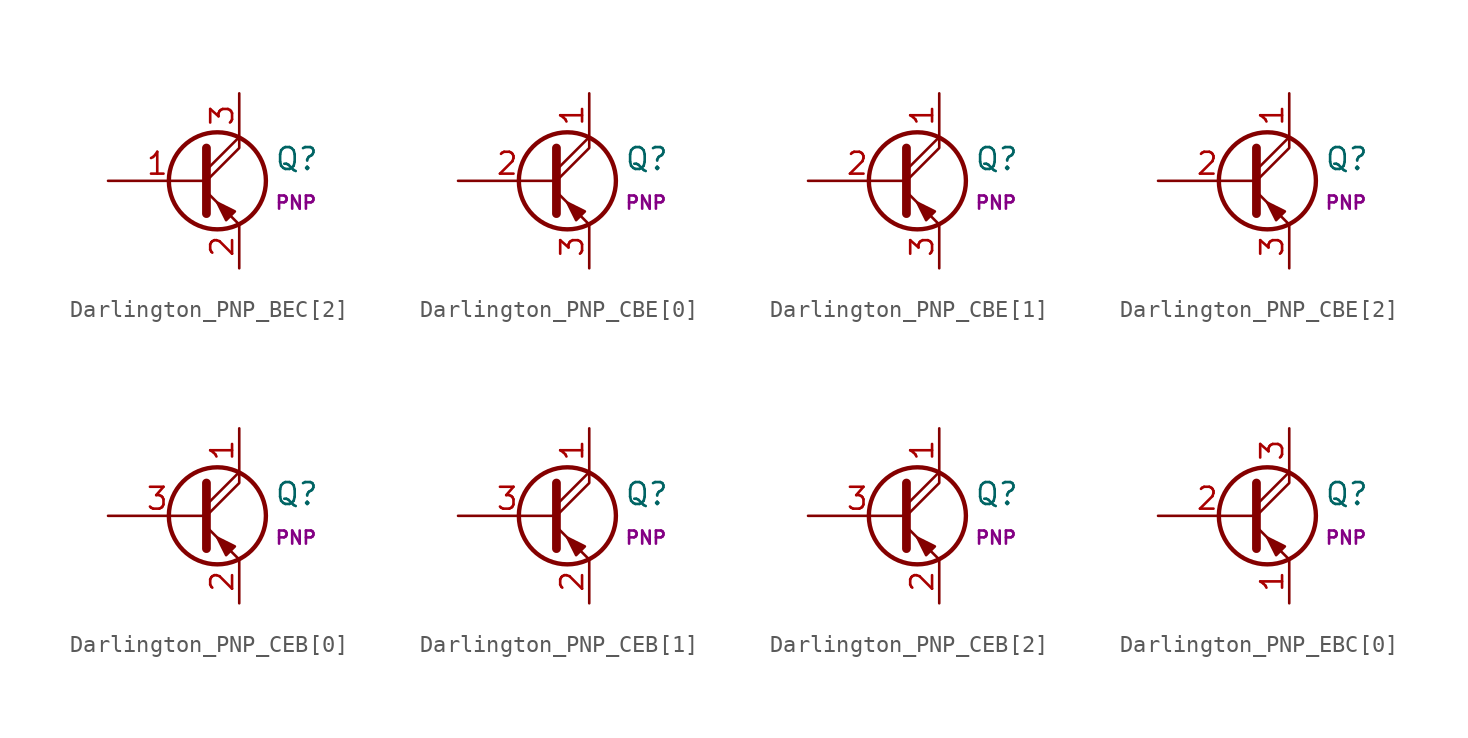
<source format=kicad_sym>
(kicad_symbol_lib
  (version 20211014)
  (generator kicad_symbol_editor)
  (symbol "Darlington_PNP_BEC[2]"
    (pin_names
      (offset 0) hide)
    (property "Reference" "Q"
      (at 4.572 1.27 0)
      (effects (font (size 1.27 1.27)) (justify left)))
    (property "Name" "PNP"
      (at 4.572 -1.27 0)
      (effects (font (size 0.762 0.762)) (justify left)))
    (symbol "Darlington_PNP_BEC[2]_0_1"
      (polyline (pts (xy 0.635 0.635) (xy 2.54 2.54)) (stroke (width 0) (type default) (color 0 0 0 0)) (fill (type none)))
      (polyline (pts (xy 0.635 -0.635) (xy 2.54 -2.54) (xy 2.54 -2.54)) (stroke (width 0) (type default) (color 0 0 0 0)) (fill (type none)))
      (polyline (pts (xy 0.635 0) (xy 2.54 1.905) (xy 2.54 2.54)) (stroke (width 0) (type default) (color 0 0 0 0)) (fill (type none)))
      (polyline (pts (xy 0.635 1.905) (xy 0.635 -1.905) (xy 0.635 -1.905)) (stroke (width 0.508) (type default) (color 0 0 0 0)) (fill (type none)))
      (polyline (pts (xy 2.286 -1.778) (xy 1.778 -2.286) (xy 1.27 -1.27) (xy 2.286 -1.778) (xy 2.286 -1.778)) (stroke (width 0) (type default) (color 0 0 0 0)) (fill (type outline)))
      (circle (center 1.27 0) (radius 2.819) (stroke (width 0.254) (type default) (color 0 0 0 0)) (fill (type none))))
    (symbol "Darlington_PNP_BEC[2]_1_1"
      (pin input line (at -5.08 0 0) (length 5.715) (name "B" (effects (font (size 1.27 1.27)))) (number "1" (effects (font (size 1.27 1.27)))))
      (pin passive line (at 2.54 -5.08 90) (length 2.54) (name "E" (effects (font (size 1.27 1.27)))) (number "2" (effects (font (size 1.27 1.27)))))
      (pin passive line (at 2.54 5.08 270) (length 2.54) (name "C" (effects (font (size 1.27 1.27)))) (number "3" (effects (font (size 1.27 1.27)))))))
  (symbol "Darlington_PNP_CBE[0]"
    (pin_names
      (offset 0) hide)
    (property "Reference" "Q"
      (at 4.572 1.27 0)
      (effects (font (size 1.27 1.27)) (justify left)))
    (property "Name" "PNP"
      (at 4.572 -1.27 0)
      (effects (font (size 0.762 0.762)) (justify left)))
    (symbol "Darlington_PNP_CBE[0]_0_1"
      (polyline (pts (xy 0.635 0.635) (xy 2.54 2.54)) (stroke (width 0) (type default) (color 0 0 0 0)) (fill (type none)))
      (polyline (pts (xy 0.635 -0.635) (xy 2.54 -2.54) (xy 2.54 -2.54)) (stroke (width 0) (type default) (color 0 0 0 0)) (fill (type none)))
      (polyline (pts (xy 0.635 0) (xy 2.54 1.905) (xy 2.54 2.54)) (stroke (width 0) (type default) (color 0 0 0 0)) (fill (type none)))
      (polyline (pts (xy 0.635 1.905) (xy 0.635 -1.905) (xy 0.635 -1.905)) (stroke (width 0.508) (type default) (color 0 0 0 0)) (fill (type none)))
      (polyline (pts (xy 2.286 -1.778) (xy 1.778 -2.286) (xy 1.27 -1.27) (xy 2.286 -1.778) (xy 2.286 -1.778)) (stroke (width 0) (type default) (color 0 0 0 0)) (fill (type outline)))
      (circle (center 1.27 0) (radius 2.819) (stroke (width 0.254) (type default) (color 0 0 0 0)) (fill (type none))))
    (symbol "Darlington_PNP_CBE[0]_1_1"
      (pin passive line (at 2.54 5.08 270) (length 2.54) (name "C" (effects (font (size 1.27 1.27)))) (number "1" (effects (font (size 1.27 1.27)))))
      (pin input line (at -5.08 0 0) (length 5.715) (name "B" (effects (font (size 1.27 1.27)))) (number "2" (effects (font (size 1.27 1.27)))))
      (pin passive line (at 2.54 -5.08 90) (length 2.54) (name "E" (effects (font (size 1.27 1.27)))) (number "3" (effects (font (size 1.27 1.27)))))))
  (symbol "Darlington_PNP_CBE[1]"
    (pin_names
      (offset 0) hide)
    (property "Reference" "Q"
      (at 4.572 1.27 0)
      (effects (font (size 1.27 1.27)) (justify left)))
    (property "Name" "PNP"
      (at 4.572 -1.27 0)
      (effects (font (size 0.762 0.762)) (justify left)))
    (symbol "Darlington_PNP_CBE[1]_0_1"
      (polyline (pts (xy 0.635 0.635) (xy 2.54 2.54)) (stroke (width 0) (type default) (color 0 0 0 0)) (fill (type none)))
      (polyline (pts (xy 0.635 -0.635) (xy 2.54 -2.54) (xy 2.54 -2.54)) (stroke (width 0) (type default) (color 0 0 0 0)) (fill (type none)))
      (polyline (pts (xy 0.635 0) (xy 2.54 1.905) (xy 2.54 2.54)) (stroke (width 0) (type default) (color 0 0 0 0)) (fill (type none)))
      (polyline (pts (xy 0.635 1.905) (xy 0.635 -1.905) (xy 0.635 -1.905)) (stroke (width 0.508) (type default) (color 0 0 0 0)) (fill (type none)))
      (polyline (pts (xy 2.286 -1.778) (xy 1.778 -2.286) (xy 1.27 -1.27) (xy 2.286 -1.778) (xy 2.286 -1.778)) (stroke (width 0) (type default) (color 0 0 0 0)) (fill (type outline)))
      (circle (center 1.27 0) (radius 2.819) (stroke (width 0.254) (type default) (color 0 0 0 0)) (fill (type none))))
    (symbol "Darlington_PNP_CBE[1]_1_1"
      (pin passive line (at 2.54 5.08 270) (length 2.54) (name "C" (effects (font (size 1.27 1.27)))) (number "1" (effects (font (size 1.27 1.27)))))
      (pin input line (at -5.08 0 0) (length 5.715) (name "B" (effects (font (size 1.27 1.27)))) (number "2" (effects (font (size 1.27 1.27)))))
      (pin passive line (at 2.54 -5.08 90) (length 2.54) (name "E" (effects (font (size 1.27 1.27)))) (number "3" (effects (font (size 1.27 1.27)))))))
  (symbol "Darlington_PNP_CBE[2]"
    (pin_names
      (offset 0) hide)
    (property "Reference" "Q"
      (at 4.572 1.27 0)
      (effects (font (size 1.27 1.27)) (justify left)))
    (property "Name" "PNP"
      (at 4.572 -1.27 0)
      (effects (font (size 0.762 0.762)) (justify left)))
    (symbol "Darlington_PNP_CBE[2]_0_1"
      (polyline (pts (xy 0.635 0.635) (xy 2.54 2.54)) (stroke (width 0) (type default) (color 0 0 0 0)) (fill (type none)))
      (polyline (pts (xy 0.635 -0.635) (xy 2.54 -2.54) (xy 2.54 -2.54)) (stroke (width 0) (type default) (color 0 0 0 0)) (fill (type none)))
      (polyline (pts (xy 0.635 0) (xy 2.54 1.905) (xy 2.54 2.54)) (stroke (width 0) (type default) (color 0 0 0 0)) (fill (type none)))
      (polyline (pts (xy 0.635 1.905) (xy 0.635 -1.905) (xy 0.635 -1.905)) (stroke (width 0.508) (type default) (color 0 0 0 0)) (fill (type none)))
      (polyline (pts (xy 2.286 -1.778) (xy 1.778 -2.286) (xy 1.27 -1.27) (xy 2.286 -1.778) (xy 2.286 -1.778)) (stroke (width 0) (type default) (color 0 0 0 0)) (fill (type outline)))
      (circle (center 1.27 0) (radius 2.819) (stroke (width 0.254) (type default) (color 0 0 0 0)) (fill (type none))))
    (symbol "Darlington_PNP_CBE[2]_1_1"
      (pin passive line (at 2.54 5.08 270) (length 2.54) (name "C" (effects (font (size 1.27 1.27)))) (number "1" (effects (font (size 1.27 1.27)))))
      (pin input line (at -5.08 0 0) (length 5.715) (name "B" (effects (font (size 1.27 1.27)))) (number "2" (effects (font (size 1.27 1.27)))))
      (pin passive line (at 2.54 -5.08 90) (length 2.54) (name "E" (effects (font (size 1.27 1.27)))) (number "3" (effects (font (size 1.27 1.27)))))))
  (symbol "Darlington_PNP_CEB[0]"
    (pin_names
      (offset 0) hide)
    (property "Reference" "Q"
      (at 4.572 1.27 0)
      (effects (font (size 1.27 1.27)) (justify left)))
    (property "Name" "PNP"
      (at 4.572 -1.27 0)
      (effects (font (size 0.762 0.762)) (justify left)))
    (symbol "Darlington_PNP_CEB[0]_0_1"
      (polyline (pts (xy 0.635 0.635) (xy 2.54 2.54)) (stroke (width 0) (type default) (color 0 0 0 0)) (fill (type none)))
      (polyline (pts (xy 0.635 -0.635) (xy 2.54 -2.54) (xy 2.54 -2.54)) (stroke (width 0) (type default) (color 0 0 0 0)) (fill (type none)))
      (polyline (pts (xy 0.635 0) (xy 2.54 1.905) (xy 2.54 2.54)) (stroke (width 0) (type default) (color 0 0 0 0)) (fill (type none)))
      (polyline (pts (xy 0.635 1.905) (xy 0.635 -1.905) (xy 0.635 -1.905)) (stroke (width 0.508) (type default) (color 0 0 0 0)) (fill (type none)))
      (polyline (pts (xy 2.286 -1.778) (xy 1.778 -2.286) (xy 1.27 -1.27) (xy 2.286 -1.778) (xy 2.286 -1.778)) (stroke (width 0) (type default) (color 0 0 0 0)) (fill (type outline)))
      (circle (center 1.27 0) (radius 2.819) (stroke (width 0.254) (type default) (color 0 0 0 0)) (fill (type none))))
    (symbol "Darlington_PNP_CEB[0]_1_1"
      (pin passive line (at 2.54 5.08 270) (length 2.54) (name "C" (effects (font (size 1.27 1.27)))) (number "1" (effects (font (size 1.27 1.27)))))
      (pin passive line (at 2.54 -5.08 90) (length 2.54) (name "E" (effects (font (size 1.27 1.27)))) (number "2" (effects (font (size 1.27 1.27)))))
      (pin input line (at -5.08 0 0) (length 5.715) (name "B" (effects (font (size 1.27 1.27)))) (number "3" (effects (font (size 1.27 1.27)))))))
  (symbol "Darlington_PNP_CEB[1]"
    (pin_names
      (offset 0) hide)
    (property "Reference" "Q"
      (at 4.572 1.27 0)
      (effects (font (size 1.27 1.27)) (justify left)))
    (property "Name" "PNP"
      (at 4.572 -1.27 0)
      (effects (font (size 0.762 0.762)) (justify left)))
    (symbol "Darlington_PNP_CEB[1]_0_1"
      (polyline (pts (xy 0.635 0.635) (xy 2.54 2.54)) (stroke (width 0) (type default) (color 0 0 0 0)) (fill (type none)))
      (polyline (pts (xy 0.635 -0.635) (xy 2.54 -2.54) (xy 2.54 -2.54)) (stroke (width 0) (type default) (color 0 0 0 0)) (fill (type none)))
      (polyline (pts (xy 0.635 0) (xy 2.54 1.905) (xy 2.54 2.54)) (stroke (width 0) (type default) (color 0 0 0 0)) (fill (type none)))
      (polyline (pts (xy 0.635 1.905) (xy 0.635 -1.905) (xy 0.635 -1.905)) (stroke (width 0.508) (type default) (color 0 0 0 0)) (fill (type none)))
      (polyline (pts (xy 2.286 -1.778) (xy 1.778 -2.286) (xy 1.27 -1.27) (xy 2.286 -1.778) (xy 2.286 -1.778)) (stroke (width 0) (type default) (color 0 0 0 0)) (fill (type outline)))
      (circle (center 1.27 0) (radius 2.819) (stroke (width 0.254) (type default) (color 0 0 0 0)) (fill (type none))))
    (symbol "Darlington_PNP_CEB[1]_1_1"
      (pin passive line (at 2.54 5.08 270) (length 2.54) (name "C" (effects (font (size 1.27 1.27)))) (number "1" (effects (font (size 1.27 1.27)))))
      (pin passive line (at 2.54 -5.08 90) (length 2.54) (name "E" (effects (font (size 1.27 1.27)))) (number "2" (effects (font (size 1.27 1.27)))))
      (pin input line (at -5.08 0 0) (length 5.715) (name "B" (effects (font (size 1.27 1.27)))) (number "3" (effects (font (size 1.27 1.27)))))))
  (symbol "Darlington_PNP_CEB[2]"
    (pin_names
      (offset 0) hide)
    (property "Reference" "Q"
      (at 4.572 1.27 0)
      (effects (font (size 1.27 1.27)) (justify left)))
    (property "Name" "PNP"
      (at 4.572 -1.27 0)
      (effects (font (size 0.762 0.762)) (justify left)))
    (symbol "Darlington_PNP_CEB[2]_0_1"
      (polyline (pts (xy 0.635 0.635) (xy 2.54 2.54)) (stroke (width 0) (type default) (color 0 0 0 0)) (fill (type none)))
      (polyline (pts (xy 0.635 -0.635) (xy 2.54 -2.54) (xy 2.54 -2.54)) (stroke (width 0) (type default) (color 0 0 0 0)) (fill (type none)))
      (polyline (pts (xy 0.635 0) (xy 2.54 1.905) (xy 2.54 2.54)) (stroke (width 0) (type default) (color 0 0 0 0)) (fill (type none)))
      (polyline (pts (xy 0.635 1.905) (xy 0.635 -1.905) (xy 0.635 -1.905)) (stroke (width 0.508) (type default) (color 0 0 0 0)) (fill (type none)))
      (polyline (pts (xy 2.286 -1.778) (xy 1.778 -2.286) (xy 1.27 -1.27) (xy 2.286 -1.778) (xy 2.286 -1.778)) (stroke (width 0) (type default) (color 0 0 0 0)) (fill (type outline)))
      (circle (center 1.27 0) (radius 2.819) (stroke (width 0.254) (type default) (color 0 0 0 0)) (fill (type none))))
    (symbol "Darlington_PNP_CEB[2]_1_1"
      (pin passive line (at 2.54 5.08 270) (length 2.54) (name "C" (effects (font (size 1.27 1.27)))) (number "1" (effects (font (size 1.27 1.27)))))
      (pin passive line (at 2.54 -5.08 90) (length 2.54) (name "E" (effects (font (size 1.27 1.27)))) (number "2" (effects (font (size 1.27 1.27)))))
      (pin input line (at -5.08 0 0) (length 5.715) (name "B" (effects (font (size 1.27 1.27)))) (number "3" (effects (font (size 1.27 1.27)))))))
  (symbol "Darlington_PNP_EBC[0]"
    (pin_names
      (offset 0) hide)
    (property "Reference" "Q"
      (at 4.572 1.27 0)
      (effects (font (size 1.27 1.27)) (justify left)))
    (property "Name" "PNP"
      (at 4.572 -1.27 0)
      (effects (font (size 0.762 0.762)) (justify left)))
    (symbol "Darlington_PNP_EBC[0]_0_1"
      (polyline (pts (xy 0.635 0.635) (xy 2.54 2.54)) (stroke (width 0) (type default) (color 0 0 0 0)) (fill (type none)))
      (polyline (pts (xy 0.635 -0.635) (xy 2.54 -2.54) (xy 2.54 -2.54)) (stroke (width 0) (type default) (color 0 0 0 0)) (fill (type none)))
      (polyline (pts (xy 0.635 0) (xy 2.54 1.905) (xy 2.54 2.54)) (stroke (width 0) (type default) (color 0 0 0 0)) (fill (type none)))
      (polyline (pts (xy 0.635 1.905) (xy 0.635 -1.905) (xy 0.635 -1.905)) (stroke (width 0.508) (type default) (color 0 0 0 0)) (fill (type none)))
      (polyline (pts (xy 2.286 -1.778) (xy 1.778 -2.286) (xy 1.27 -1.27) (xy 2.286 -1.778) (xy 2.286 -1.778)) (stroke (width 0) (type default) (color 0 0 0 0)) (fill (type outline)))
      (circle (center 1.27 0) (radius 2.819) (stroke (width 0.254) (type default) (color 0 0 0 0)) (fill (type none))))
    (symbol "Darlington_PNP_EBC[0]_1_1"
      (pin passive line (at 2.54 -5.08 90) (length 2.54) (name "E" (effects (font (size 1.27 1.27)))) (number "1" (effects (font (size 1.27 1.27)))))
      (pin input line (at -5.08 0 0) (length 5.715) (name "B" (effects (font (size 1.27 1.27)))) (number "2" (effects (font (size 1.27 1.27)))))
      (pin passive line (at 2.54 5.08 270) (length 2.54) (name "C" (effects (font (size 1.27 1.27)))) (number "3" (effects (font (size 1.27 1.27))))))))
</source>
